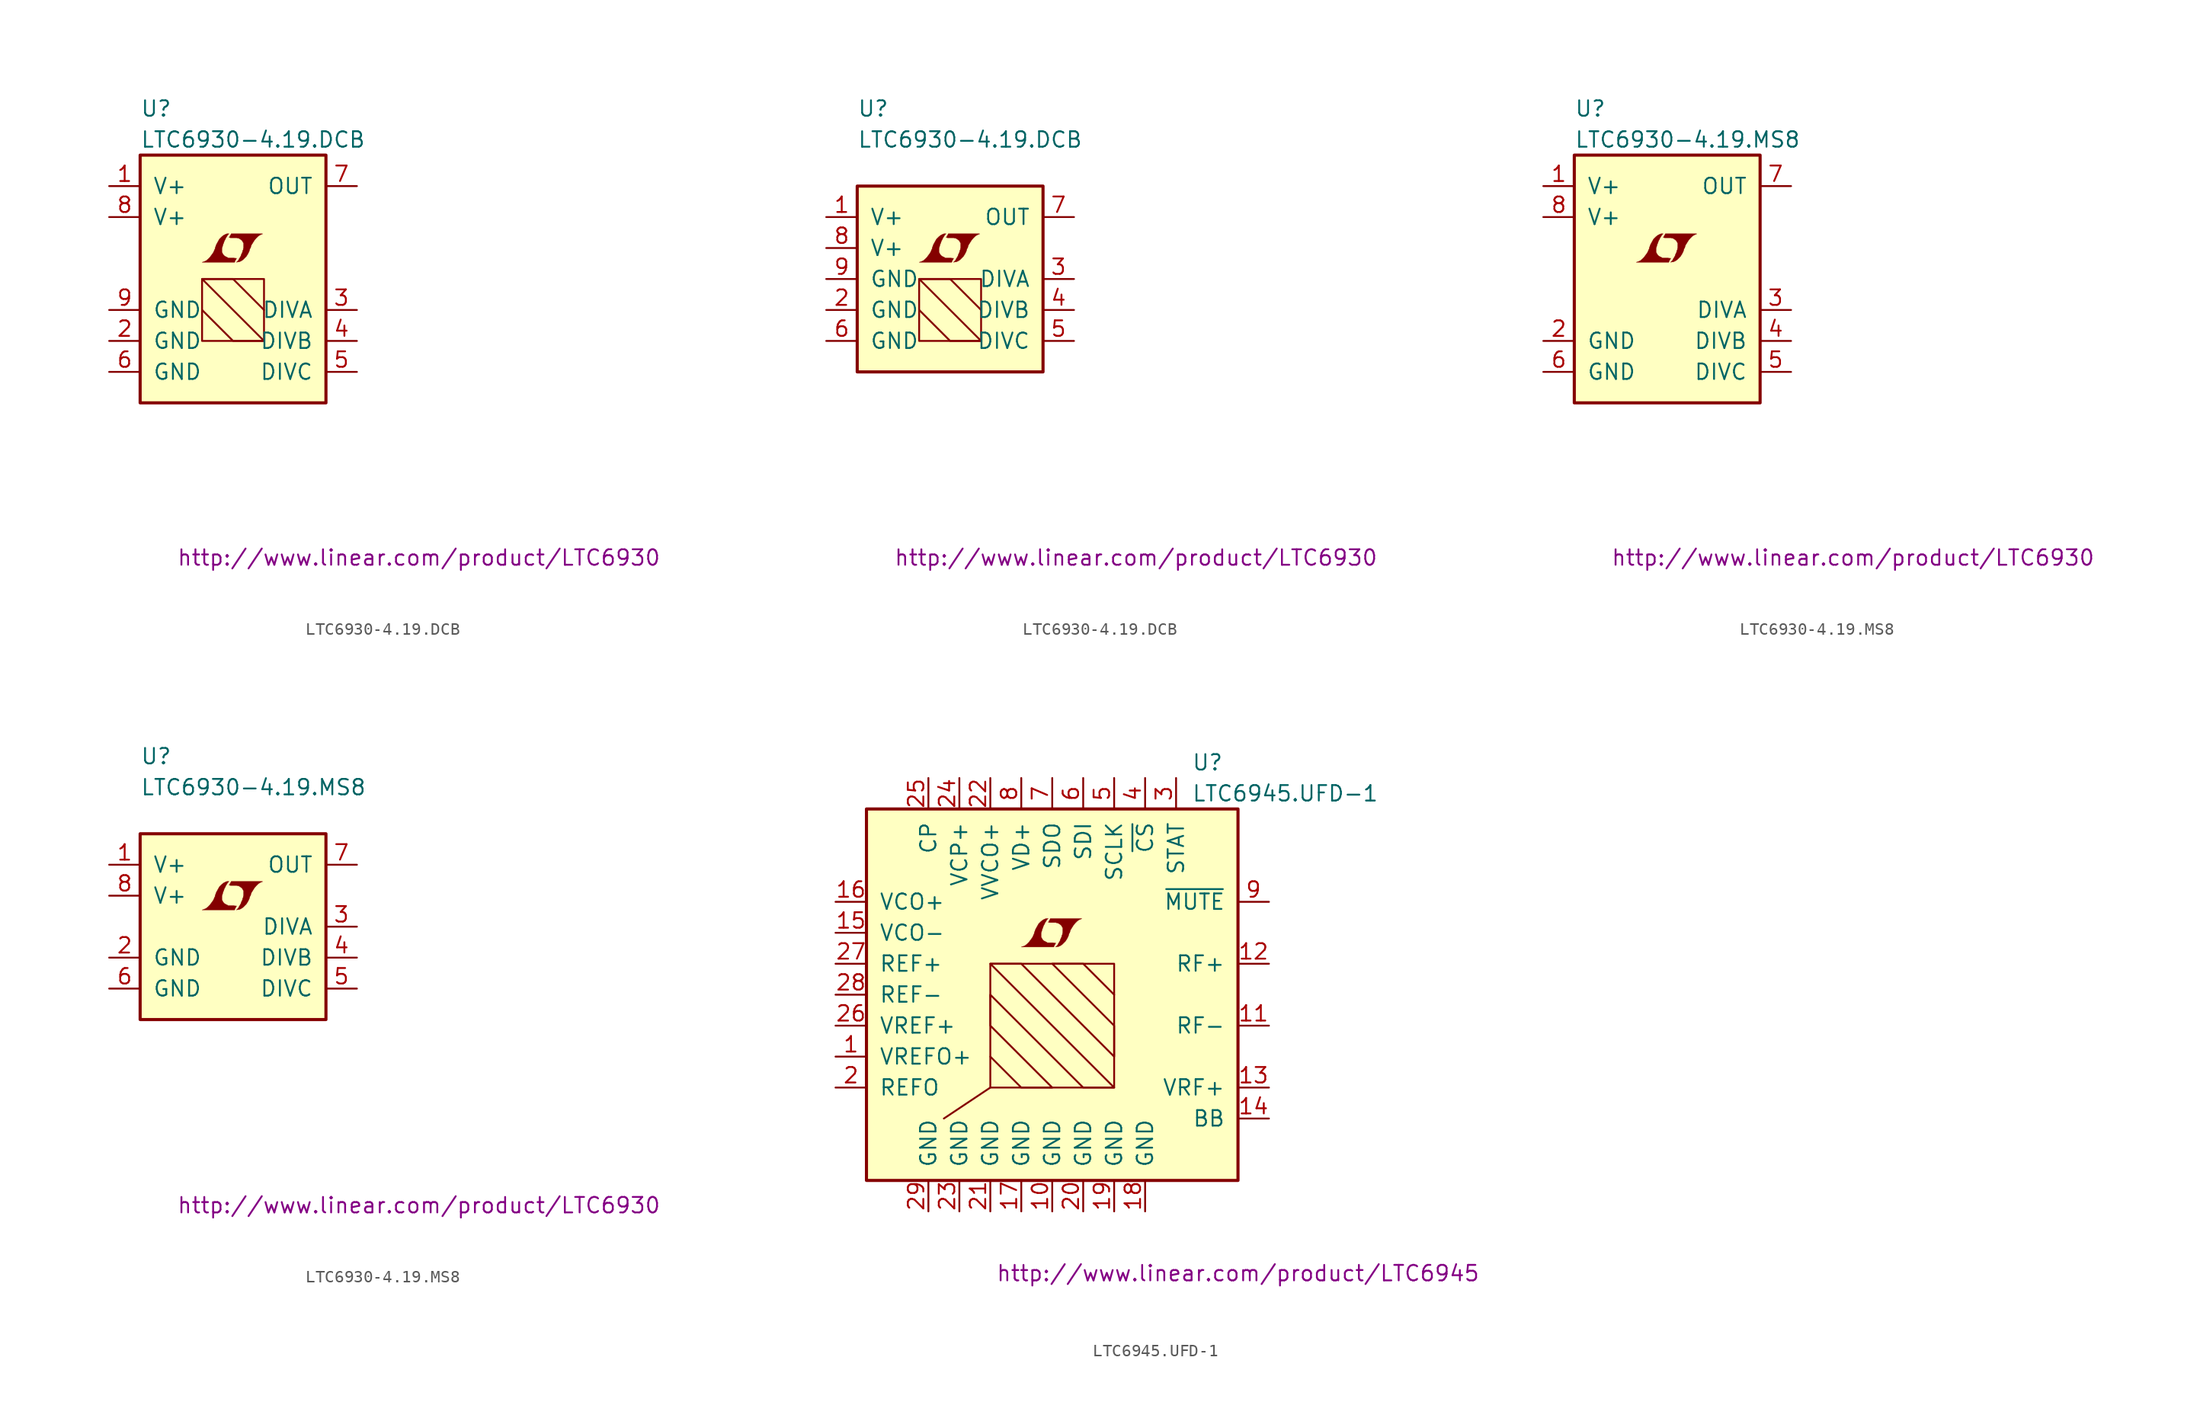
<source format=kicad_sym>
(kicad_symbol_lib
  (version 20201005)
  (generator kicad_symbol_editor)
  (symbol "LTC6930-4.19.DCB"
    (pin_names
      (offset 1.016))
    (property "Reference" "U"
      (at -7.62 13.97 0)
      (effects (font (size 1.27 1.27)) (justify left)))
    (property "Value" "LTC6930-4.19.DCB"
      (at -7.62 11.43 0)
      (effects (font (size 1.27 1.27)) (justify left)))
    (property "Datasheet" "http://www.linear.com/product/LTC6930"
      (at 15.24 -22.86 0)
      (effects (font (size 1.27 1.27))))
    (symbol "LTC6930-4.19.DCB_0_0"
      (polyline (pts (xy 0.203 1.549) (xy 0.229 1.575) (xy 0.279 1.676) (xy 0.279 1.702) (xy 0.152 1.702) (xy 0.051 1.727) (xy -0.406 1.727) (xy -0.432 1.753) (xy -0.686 1.88) (xy -0.787 1.981) (xy -0.864 2.108) (xy -0.914 2.21) (xy -0.914 2.515) (xy -0.864 2.667) (xy -0.838 2.769) (xy -0.813 2.845) (xy -0.762 2.972) (xy -0.711 3.124) (xy -0.635 3.251) (xy -0.584 3.378) (xy -0.508 3.48) (xy -0.457 3.581) (xy -0.33 3.708) (xy -0.508 3.708) (xy -0.635 3.658) (xy -0.737 3.607) (xy -0.813 3.556) (xy -0.94 3.454) (xy -1.118 3.277) (xy -1.372 2.819) (xy -1.473 2.54) (xy -1.473 2.489) (xy -1.524 2.388) (xy -1.575 2.261) (xy -1.626 2.159) (xy -1.753 1.981) (xy -1.905 1.778) (xy -2.057 1.626) (xy -2.21 1.499) (xy -2.388 1.422) (xy -2.54 1.372) (xy 0.127 1.372) (xy 0.203 1.549)) (stroke (width 0.025)) (fill (type outline)))
      (polyline (pts (xy 0.406 1.397) (xy 0.483 1.397) (xy 0.66 1.473) (xy 0.813 1.575) (xy 1.092 1.854) (xy 1.219 2.057) (xy 1.321 2.261) (xy 1.397 2.515) (xy 1.422 2.515) (xy 1.499 2.769) (xy 1.753 3.175) (xy 1.905 3.353) (xy 2.057 3.505) (xy 2.21 3.607) (xy 2.388 3.683) (xy 2.413 3.683) (xy 2.413 3.708) (xy -0.152 3.708) (xy -0.229 3.556) (xy -0.254 3.531) (xy -0.305 3.429) (xy -0.33 3.404) (xy -0.279 3.404) (xy -0.229 3.378) (xy 0.305 3.378) (xy 0.356 3.353) (xy 0.406 3.353) (xy 0.483 3.327) (xy 0.61 3.251) (xy 0.737 3.15) (xy 0.813 3.023) (xy 0.838 2.972) (xy 0.864 2.946) (xy 0.864 2.54) (xy 0.838 2.489) (xy 0.838 2.413) (xy 0.787 2.311) (xy 0.762 2.184) (xy 0.686 2.032) (xy 0.635 1.88) (xy 0.483 1.626) (xy 0.432 1.524) (xy 0.279 1.372) (xy 0.406 1.397)) (stroke (width 0.025)) (fill (type outline))))
    (symbol "LTC6930-4.19.DCB_0_1"
      (rectangle (start -7.62 10.16) (end 7.62 -10.16) (stroke (width 0.254)) (fill (type background)))
      (rectangle (start 2.54 0) (end -2.54 -5.08) (stroke (width 0)) (fill (type none)))
      (polyline (pts (xy -2.54 -2.54) (xy 0 -5.08) (xy 2.54 -5.08) (xy -2.54 0) (xy 0 0) (xy 2.54 -2.54)) (stroke (width 0)) (fill (type none))))
    (symbol "LTC6930-4.19.DCB_0_2"
      (rectangle (start -7.62 7.62) (end 7.62 -7.62) (stroke (width 0.254)) (fill (type background)))
      (rectangle (start -2.54 -5.08) (end 2.54 0) (stroke (width 0)) (fill (type none)))
      (polyline (pts (xy -2.54 -2.54) (xy 0 -5.08) (xy 2.54 -5.08) (xy -2.54 0) (xy 0 0) (xy 2.54 -2.54)) (stroke (width 0)) (fill (type none))))
    (symbol "LTC6930-4.19.DCB_1_1"
      (pin power_in line (at -10.16 7.62 0) (length 2.54) (name "V+" (effects (font (size 1.27 1.27)))) (number "1" (effects (font (size 1.27 1.27)))))
      (pin power_in line (at -10.16 -5.08 0) (length 2.54) (name "GND" (effects (font (size 1.27 1.27)))) (number "2" (effects (font (size 1.27 1.27)))))
      (pin input line (at 10.16 -2.54 180) (length 2.54) (name "DIVA" (effects (font (size 1.27 1.27)))) (number "3" (effects (font (size 1.27 1.27)))))
      (pin input line (at 10.16 -5.08 180) (length 2.54) (name "DIVB" (effects (font (size 1.27 1.27)))) (number "4" (effects (font (size 1.27 1.27)))))
      (pin input line (at 10.16 -7.62 180) (length 2.54) (name "DIVC" (effects (font (size 1.27 1.27)))) (number "5" (effects (font (size 1.27 1.27)))))
      (pin power_in line (at -10.16 -7.62 0) (length 2.54) (name "GND" (effects (font (size 1.27 1.27)))) (number "6" (effects (font (size 1.27 1.27)))))
      (pin output line (at 10.16 7.62 180) (length 2.54) (name "OUT" (effects (font (size 1.27 1.27)))) (number "7" (effects (font (size 1.27 1.27)))))
      (pin power_in line (at -10.16 5.08 0) (length 2.54) (name "V+" (effects (font (size 1.27 1.27)))) (number "8" (effects (font (size 1.27 1.27)))))
      (pin power_in line (at -10.16 -2.54 0) (length 2.54) (name "GND" (effects (font (size 1.27 1.27)))) (number "9" (effects (font (size 1.27 1.27))))))
    (symbol "LTC6930-4.19.DCB_1_2"
      (pin power_in line (at -10.16 5.08 0) (length 2.54) (name "V+" (effects (font (size 1.27 1.27)))) (number "1" (effects (font (size 1.27 1.27)))))
      (pin power_in line (at -10.16 -2.54 0) (length 2.54) (name "GND" (effects (font (size 1.27 1.27)))) (number "2" (effects (font (size 1.27 1.27)))))
      (pin input line (at 10.16 0 180) (length 2.54) (name "DIVA" (effects (font (size 1.27 1.27)))) (number "3" (effects (font (size 1.27 1.27)))))
      (pin input line (at 10.16 -2.54 180) (length 2.54) (name "DIVB" (effects (font (size 1.27 1.27)))) (number "4" (effects (font (size 1.27 1.27)))))
      (pin input line (at 10.16 -5.08 180) (length 2.54) (name "DIVC" (effects (font (size 1.27 1.27)))) (number "5" (effects (font (size 1.27 1.27)))))
      (pin power_in line (at -10.16 -5.08 0) (length 2.54) (name "GND" (effects (font (size 1.27 1.27)))) (number "6" (effects (font (size 1.27 1.27)))))
      (pin output line (at 10.16 5.08 180) (length 2.54) (name "OUT" (effects (font (size 1.27 1.27)))) (number "7" (effects (font (size 1.27 1.27)))))
      (pin power_in line (at -10.16 2.54 0) (length 2.54) (name "V+" (effects (font (size 1.27 1.27)))) (number "8" (effects (font (size 1.27 1.27)))))
      (pin power_in line (at -10.16 0 0) (length 2.54) (name "GND" (effects (font (size 1.27 1.27)))) (number "9" (effects (font (size 1.27 1.27)))))))
  (symbol "LTC6930-4.19.MS8"
    (pin_names
      (offset 1.016))
    (property "Reference" "U"
      (at -7.62 13.97 0)
      (effects (font (size 1.27 1.27)) (justify left)))
    (property "Value" "LTC6930-4.19.MS8"
      (at -7.62 11.43 0)
      (effects (font (size 1.27 1.27)) (justify left)))
    (property "Datasheet" "http://www.linear.com/product/LTC6930"
      (at 15.24 -22.86 0)
      (effects (font (size 1.27 1.27))))
    (symbol "LTC6930-4.19.MS8_0_0"
      (polyline (pts (xy 0.203 1.549) (xy 0.229 1.575) (xy 0.279 1.676) (xy 0.279 1.702) (xy 0.152 1.702) (xy 0.051 1.727) (xy -0.406 1.727) (xy -0.432 1.753) (xy -0.686 1.88) (xy -0.787 1.981) (xy -0.864 2.108) (xy -0.914 2.21) (xy -0.914 2.515) (xy -0.864 2.667) (xy -0.838 2.769) (xy -0.813 2.845) (xy -0.762 2.972) (xy -0.711 3.124) (xy -0.635 3.251) (xy -0.584 3.378) (xy -0.508 3.48) (xy -0.457 3.581) (xy -0.33 3.708) (xy -0.508 3.708) (xy -0.635 3.658) (xy -0.737 3.607) (xy -0.813 3.556) (xy -0.94 3.454) (xy -1.118 3.277) (xy -1.372 2.819) (xy -1.473 2.54) (xy -1.473 2.489) (xy -1.524 2.388) (xy -1.575 2.261) (xy -1.626 2.159) (xy -1.753 1.981) (xy -1.905 1.778) (xy -2.057 1.626) (xy -2.21 1.499) (xy -2.388 1.422) (xy -2.54 1.372) (xy 0.127 1.372) (xy 0.203 1.549)) (stroke (width 0.025)) (fill (type outline)))
      (polyline (pts (xy 0.406 1.397) (xy 0.483 1.397) (xy 0.66 1.473) (xy 0.813 1.575) (xy 1.092 1.854) (xy 1.219 2.057) (xy 1.321 2.261) (xy 1.397 2.515) (xy 1.422 2.515) (xy 1.499 2.769) (xy 1.753 3.175) (xy 1.905 3.353) (xy 2.057 3.505) (xy 2.21 3.607) (xy 2.388 3.683) (xy 2.413 3.683) (xy 2.413 3.708) (xy -0.152 3.708) (xy -0.229 3.556) (xy -0.254 3.531) (xy -0.305 3.429) (xy -0.33 3.404) (xy -0.279 3.404) (xy -0.229 3.378) (xy 0.305 3.378) (xy 0.356 3.353) (xy 0.406 3.353) (xy 0.483 3.327) (xy 0.61 3.251) (xy 0.737 3.15) (xy 0.813 3.023) (xy 0.838 2.972) (xy 0.864 2.946) (xy 0.864 2.54) (xy 0.838 2.489) (xy 0.838 2.413) (xy 0.787 2.311) (xy 0.762 2.184) (xy 0.686 2.032) (xy 0.635 1.88) (xy 0.483 1.626) (xy 0.432 1.524) (xy 0.279 1.372) (xy 0.406 1.397)) (stroke (width 0.025)) (fill (type outline))))
    (symbol "LTC6930-4.19.MS8_0_1"
      (rectangle (start -7.62 10.16) (end 7.62 -10.16) (stroke (width 0.254)) (fill (type background))))
    (symbol "LTC6930-4.19.MS8_0_2"
      (rectangle (start -7.62 7.62) (end 7.62 -7.62) (stroke (width 0.254)) (fill (type background))))
    (symbol "LTC6930-4.19.MS8_1_1"
      (pin power_in line (at -10.16 7.62 0) (length 2.54) (name "V+" (effects (font (size 1.27 1.27)))) (number "1" (effects (font (size 1.27 1.27)))))
      (pin power_in line (at -10.16 -5.08 0) (length 2.54) (name "GND" (effects (font (size 1.27 1.27)))) (number "2" (effects (font (size 1.27 1.27)))))
      (pin input line (at 10.16 -2.54 180) (length 2.54) (name "DIVA" (effects (font (size 1.27 1.27)))) (number "3" (effects (font (size 1.27 1.27)))))
      (pin input line (at 10.16 -5.08 180) (length 2.54) (name "DIVB" (effects (font (size 1.27 1.27)))) (number "4" (effects (font (size 1.27 1.27)))))
      (pin input line (at 10.16 -7.62 180) (length 2.54) (name "DIVC" (effects (font (size 1.27 1.27)))) (number "5" (effects (font (size 1.27 1.27)))))
      (pin power_in line (at -10.16 -7.62 0) (length 2.54) (name "GND" (effects (font (size 1.27 1.27)))) (number "6" (effects (font (size 1.27 1.27)))))
      (pin output line (at 10.16 7.62 180) (length 2.54) (name "OUT" (effects (font (size 1.27 1.27)))) (number "7" (effects (font (size 1.27 1.27)))))
      (pin power_in line (at -10.16 5.08 0) (length 2.54) (name "V+" (effects (font (size 1.27 1.27)))) (number "8" (effects (font (size 1.27 1.27))))))
    (symbol "LTC6930-4.19.MS8_1_2"
      (pin power_in line (at -10.16 5.08 0) (length 2.54) (name "V+" (effects (font (size 1.27 1.27)))) (number "1" (effects (font (size 1.27 1.27)))))
      (pin power_in line (at -10.16 -2.54 0) (length 2.54) (name "GND" (effects (font (size 1.27 1.27)))) (number "2" (effects (font (size 1.27 1.27)))))
      (pin input line (at 10.16 0 180) (length 2.54) (name "DIVA" (effects (font (size 1.27 1.27)))) (number "3" (effects (font (size 1.27 1.27)))))
      (pin input line (at 10.16 -2.54 180) (length 2.54) (name "DIVB" (effects (font (size 1.27 1.27)))) (number "4" (effects (font (size 1.27 1.27)))))
      (pin input line (at 10.16 -5.08 180) (length 2.54) (name "DIVC" (effects (font (size 1.27 1.27)))) (number "5" (effects (font (size 1.27 1.27)))))
      (pin power_in line (at -10.16 -5.08 0) (length 2.54) (name "GND" (effects (font (size 1.27 1.27)))) (number "6" (effects (font (size 1.27 1.27)))))
      (pin output line (at 10.16 5.08 180) (length 2.54) (name "OUT" (effects (font (size 1.27 1.27)))) (number "7" (effects (font (size 1.27 1.27)))))
      (pin power_in line (at -10.16 2.54 0) (length 2.54) (name "V+" (effects (font (size 1.27 1.27)))) (number "8" (effects (font (size 1.27 1.27)))))))
  (symbol "LTC6945.UFD-1"
    (pin_names
      (offset 1.016))
    (property "Reference" "U"
      (at 11.43 19.05 0)
      (effects (font (size 1.27 1.27)) (justify left)))
    (property "Value" "LTC6945.UFD-1"
      (at 11.43 16.51 0)
      (effects (font (size 1.27 1.27)) (justify left)))
    (property "Datasheet" "http://www.linear.com/product/LTC6945"
      (at 15.24 -22.86 0)
      (effects (font (size 1.27 1.27))))
    (symbol "LTC6945.UFD-1_0_0"
      (polyline (pts (xy 0.203 4.089) (xy 0.229 4.115) (xy 0.279 4.216) (xy 0.279 4.242) (xy 0.152 4.242) (xy 0.051 4.267) (xy -0.406 4.267) (xy -0.432 4.293) (xy -0.686 4.42) (xy -0.787 4.521) (xy -0.864 4.648) (xy -0.914 4.75) (xy -0.914 5.055) (xy -0.864 5.207) (xy -0.838 5.309) (xy -0.813 5.385) (xy -0.762 5.512) (xy -0.711 5.664) (xy -0.635 5.791) (xy -0.584 5.918) (xy -0.508 6.02) (xy -0.457 6.121) (xy -0.33 6.248) (xy -0.508 6.248) (xy -0.635 6.198) (xy -0.737 6.147) (xy -0.813 6.096) (xy -0.94 5.994) (xy -1.118 5.817) (xy -1.372 5.359) (xy -1.473 5.08) (xy -1.473 5.029) (xy -1.524 4.928) (xy -1.575 4.801) (xy -1.626 4.699) (xy -1.753 4.521) (xy -1.905 4.318) (xy -2.057 4.166) (xy -2.21 4.039) (xy -2.388 3.962) (xy -2.54 3.912) (xy 0.127 3.912) (xy 0.203 4.089)) (stroke (width 0.025)) (fill (type outline)))
      (polyline (pts (xy 0.406 3.937) (xy 0.483 3.937) (xy 0.66 4.013) (xy 0.813 4.115) (xy 1.092 4.394) (xy 1.219 4.597) (xy 1.321 4.801) (xy 1.397 5.055) (xy 1.422 5.055) (xy 1.499 5.309) (xy 1.753 5.715) (xy 1.905 5.893) (xy 2.057 6.045) (xy 2.21 6.147) (xy 2.388 6.223) (xy 2.413 6.223) (xy 2.413 6.248) (xy -0.152 6.248) (xy -0.229 6.096) (xy -0.254 6.071) (xy -0.305 5.969) (xy -0.33 5.944) (xy -0.279 5.944) (xy -0.229 5.918) (xy 0.305 5.918) (xy 0.356 5.893) (xy 0.406 5.893) (xy 0.483 5.867) (xy 0.61 5.791) (xy 0.737 5.69) (xy 0.813 5.563) (xy 0.838 5.512) (xy 0.864 5.486) (xy 0.864 5.08) (xy 0.838 5.029) (xy 0.838 4.953) (xy 0.787 4.851) (xy 0.762 4.724) (xy 0.686 4.572) (xy 0.635 4.42) (xy 0.483 4.166) (xy 0.432 4.064) (xy 0.279 3.912) (xy 0.406 3.937)) (stroke (width 0.025)) (fill (type outline))))
    (symbol "LTC6945.UFD-1_0_1"
      (rectangle (start -15.24 15.24) (end 15.24 -15.24) (stroke (width 0.254)) (fill (type background)))
      (rectangle (start -5.08 2.54) (end 5.08 -7.62) (stroke (width 0)) (fill (type none)))
      (polyline (pts (xy -5.08 -7.62) (xy -8.89 -10.16)) (stroke (width 0)) (fill (type none)))
      (polyline (pts (xy -5.08 -5.08) (xy -2.54 -7.62) (xy 0 -7.62) (xy -5.08 -2.54) (xy -5.08 0) (xy 2.54 -7.62) (xy 5.08 -7.62) (xy -5.08 2.54) (xy -2.54 2.54) (xy 5.08 -5.08) (xy 5.08 -2.54) (xy 0 2.54) (xy 2.54 2.54) (xy 5.08 0)) (stroke (width 0)) (fill (type none))))
    (symbol "LTC6945.UFD-1_1_1"
      (pin power_in line (at -17.78 -5.08 0) (length 2.54) (name "VREFO+" (effects (font (size 1.27 1.27)))) (number "1" (effects (font (size 1.27 1.27)))))
      (pin output line (at -17.78 -7.62 0) (length 2.54) (name "REFO" (effects (font (size 1.27 1.27)))) (number "2" (effects (font (size 1.27 1.27)))))
      (pin output line (at 10.16 17.78 270) (length 2.54) (name "STAT" (effects (font (size 1.27 1.27)))) (number "3" (effects (font (size 1.27 1.27)))))
      (pin input line (at 7.62 17.78 270) (length 2.54) (name "~CS~" (effects (font (size 1.27 1.27)))) (number "4" (effects (font (size 1.27 1.27)))))
      (pin input line (at 5.08 17.78 270) (length 2.54) (name "SCLK" (effects (font (size 1.27 1.27)))) (number "5" (effects (font (size 1.27 1.27)))))
      (pin input line (at 2.54 17.78 270) (length 2.54) (name "SDI" (effects (font (size 1.27 1.27)))) (number "6" (effects (font (size 1.27 1.27)))))
      (pin output line (at 0 17.78 270) (length 2.54) (name "SDO" (effects (font (size 1.27 1.27)))) (number "7" (effects (font (size 1.27 1.27)))))
      (pin power_in line (at -2.54 17.78 270) (length 2.54) (name "VD+" (effects (font (size 1.27 1.27)))) (number "8" (effects (font (size 1.27 1.27)))))
      (pin input line (at 17.78 7.62 180) (length 2.54) (name "~MUTE~" (effects (font (size 1.27 1.27)))) (number "9" (effects (font (size 1.27 1.27)))))
      (pin power_in line (at 0 -17.78 90) (length 2.54) (name "GND" (effects (font (size 1.27 1.27)))) (number "10" (effects (font (size 1.27 1.27)))))
      (pin power_in line (at 2.54 -17.78 90) (length 2.54) (name "GND" (effects (font (size 1.27 1.27)))) (number "20" (effects (font (size 1.27 1.27)))))
      (pin output line (at 17.78 -2.54 180) (length 2.54) (name "RF-" (effects (font (size 1.27 1.27)))) (number "11" (effects (font (size 1.27 1.27)))))
      (pin power_in line (at -5.08 -17.78 90) (length 2.54) (name "GND" (effects (font (size 1.27 1.27)))) (number "21" (effects (font (size 1.27 1.27)))))
      (pin output line (at 17.78 2.54 180) (length 2.54) (name "RF+" (effects (font (size 1.27 1.27)))) (number "12" (effects (font (size 1.27 1.27)))))
      (pin power_in line (at -5.08 17.78 270) (length 2.54) (name "VVCO+" (effects (font (size 1.27 1.27)))) (number "22" (effects (font (size 1.27 1.27)))))
      (pin power_in line (at 17.78 -7.62 180) (length 2.54) (name "VRF+" (effects (font (size 1.27 1.27)))) (number "13" (effects (font (size 1.27 1.27)))))
      (pin power_in line (at -7.62 -17.78 90) (length 2.54) (name "GND" (effects (font (size 1.27 1.27)))) (number "23" (effects (font (size 1.27 1.27)))))
      (pin passive line (at 17.78 -10.16 180) (length 2.54) (name "BB" (effects (font (size 1.27 1.27)))) (number "14" (effects (font (size 1.27 1.27)))))
      (pin power_in line (at -7.62 17.78 270) (length 2.54) (name "VCP+" (effects (font (size 1.27 1.27)))) (number "24" (effects (font (size 1.27 1.27)))))
      (pin input line (at -17.78 5.08 0) (length 2.54) (name "VCO-" (effects (font (size 1.27 1.27)))) (number "15" (effects (font (size 1.27 1.27)))))
      (pin passive line (at -10.16 17.78 270) (length 2.54) (name "CP" (effects (font (size 1.27 1.27)))) (number "25" (effects (font (size 1.27 1.27)))))
      (pin input line (at -17.78 7.62 0) (length 2.54) (name "VCO+" (effects (font (size 1.27 1.27)))) (number "16" (effects (font (size 1.27 1.27)))))
      (pin power_in line (at -17.78 -2.54 0) (length 2.54) (name "VREF+" (effects (font (size 1.27 1.27)))) (number "26" (effects (font (size 1.27 1.27)))))
      (pin power_in line (at -2.54 -17.78 90) (length 2.54) (name "GND" (effects (font (size 1.27 1.27)))) (number "17" (effects (font (size 1.27 1.27)))))
      (pin input line (at -17.78 2.54 0) (length 2.54) (name "REF+" (effects (font (size 1.27 1.27)))) (number "27" (effects (font (size 1.27 1.27)))))
      (pin power_in line (at 7.62 -17.78 90) (length 2.54) (name "GND" (effects (font (size 1.27 1.27)))) (number "18" (effects (font (size 1.27 1.27)))))
      (pin input line (at -17.78 0 0) (length 2.54) (name "REF-" (effects (font (size 1.27 1.27)))) (number "28" (effects (font (size 1.27 1.27)))))
      (pin power_in line (at 5.08 -17.78 90) (length 2.54) (name "GND" (effects (font (size 1.27 1.27)))) (number "19" (effects (font (size 1.27 1.27)))))
      (pin power_in line (at -10.16 -17.78 90) (length 2.54) (name "GND" (effects (font (size 1.27 1.27)))) (number "29" (effects (font (size 1.27 1.27))))))))
</source>
